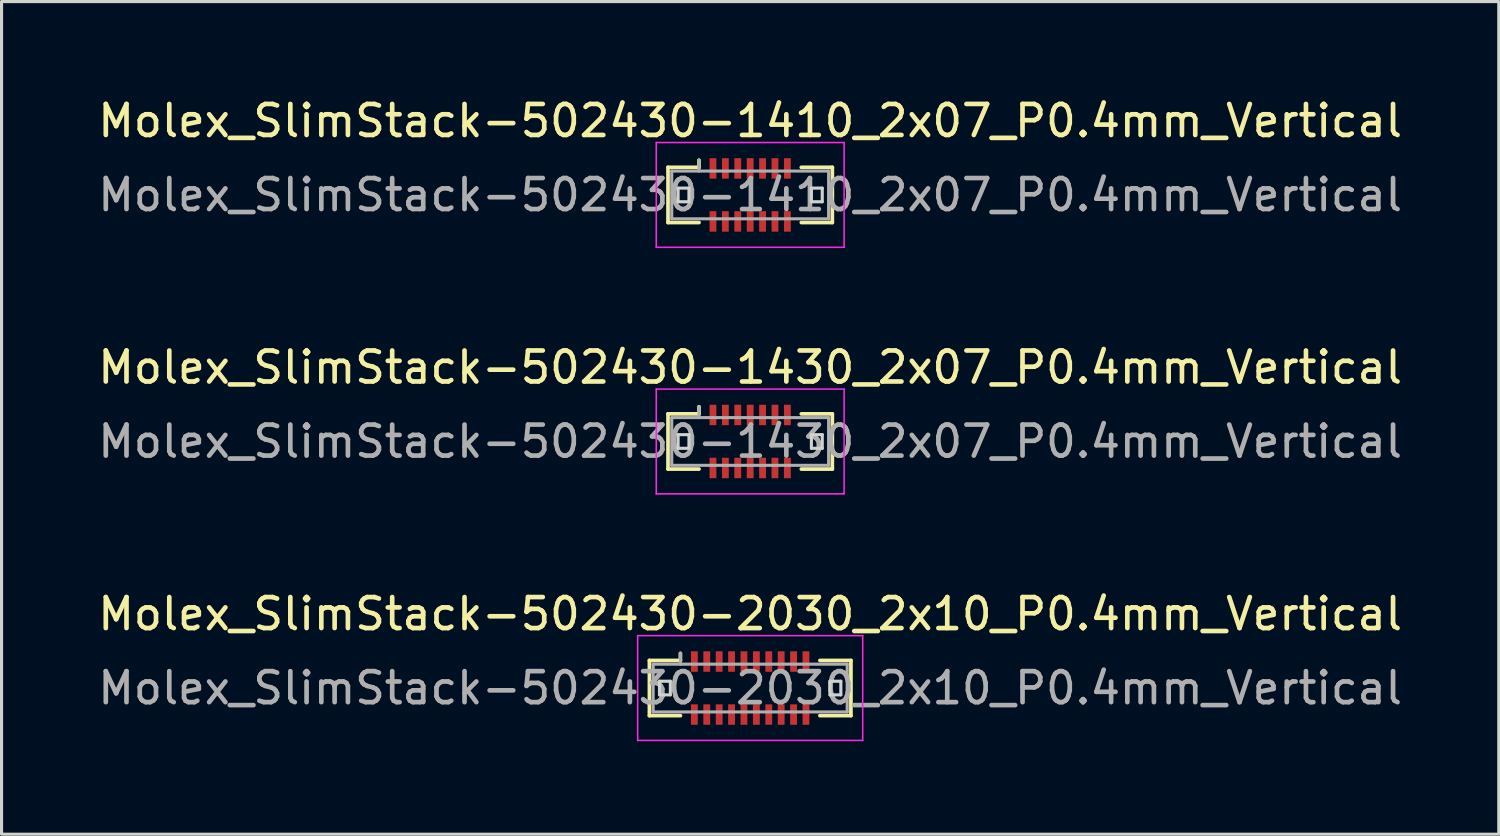
<source format=kicad_pcb>
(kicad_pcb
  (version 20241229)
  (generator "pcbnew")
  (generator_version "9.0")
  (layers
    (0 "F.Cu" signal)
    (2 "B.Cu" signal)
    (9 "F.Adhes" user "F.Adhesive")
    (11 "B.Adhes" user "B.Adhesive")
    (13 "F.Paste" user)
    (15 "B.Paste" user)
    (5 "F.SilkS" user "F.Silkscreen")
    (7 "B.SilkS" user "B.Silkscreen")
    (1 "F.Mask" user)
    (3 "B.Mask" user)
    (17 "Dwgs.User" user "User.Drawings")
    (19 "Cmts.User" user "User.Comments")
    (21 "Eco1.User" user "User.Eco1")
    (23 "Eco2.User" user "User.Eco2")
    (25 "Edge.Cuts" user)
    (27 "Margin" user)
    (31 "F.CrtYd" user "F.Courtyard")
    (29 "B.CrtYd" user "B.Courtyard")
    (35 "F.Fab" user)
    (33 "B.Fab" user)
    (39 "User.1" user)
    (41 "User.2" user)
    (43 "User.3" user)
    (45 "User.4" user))
  (footprint "Molex_SlimStack-502430-2030_2x10_P0.4mm_Vertical"
    (layer "F.Cu")
    (at 21.149 19.145)
    (property "Reference" "Molex_SlimStack-502430-2030_2x10_P0.4mm_Vertical" (at 0 -2.39 0) (layer "F.SilkS") (effects (font (size 1 1) (thickness 0.15))))
    (attr smd)
    (fp_line (start -3.25 -0.89) (end -2.25 -0.89) (stroke (width 0.12) (type solid)) (layer "F.SilkS"))
    (fp_line (start -3.25 0.89) (end -3.25 -0.89) (stroke (width 0.12) (type solid)) (layer "F.SilkS"))
    (fp_line (start -2.25 -0.89) (end -2.25 -1.12) (stroke (width 0.12) (type solid)) (layer "F.SilkS"))
    (fp_line (start -2.25 0.89) (end -3.25 0.89) (stroke (width 0.12) (type solid)) (layer "F.SilkS"))
    (fp_line (start 2.25 0.89) (end 3.25 0.89) (stroke (width 0.12) (type solid)) (layer "F.SilkS"))
    (fp_line (start 3.25 -0.89) (end 2.25 -0.89) (stroke (width 0.12) (type solid)) (layer "F.SilkS"))
    (fp_line (start 3.25 0.89) (end 3.25 -0.89) (stroke (width 0.12) (type solid)) (layer "F.SilkS"))
    (fp_line (start -2.925 -0.22) (end -2.925 0.22) (stroke (width 0.1) (type solid)) (layer "Edge.Cuts"))
    (fp_line (start -2.925 0.22) (end -2.575 0.22) (stroke (width 0.1) (type solid)) (layer "Edge.Cuts"))
    (fp_line (start -2.575 -0.22) (end -2.925 -0.22) (stroke (width 0.1) (type solid)) (layer "Edge.Cuts"))
    (fp_line (start -2.575 0.22) (end -2.575 -0.22) (stroke (width 0.1) (type solid)) (layer "Edge.Cuts"))
    (fp_line (start 2.575 -0.22) (end 2.575 0.22) (stroke (width 0.1) (type solid)) (layer "Edge.Cuts"))
    (fp_line (start 2.575 0.22) (end 2.925 0.22) (stroke (width 0.1) (type solid)) (layer "Edge.Cuts"))
    (fp_line (start 2.925 -0.22) (end 2.575 -0.22) (stroke (width 0.1) (type solid)) (layer "Edge.Cuts"))
    (fp_line (start 2.925 0.22) (end 2.925 -0.22) (stroke (width 0.1) (type solid)) (layer "Edge.Cuts"))
    (fp_line (start -3.63 -1.69) (end -3.63 1.69) (stroke (width 0.05) (type solid)) (layer "F.CrtYd"))
    (fp_line (start -3.63 1.69) (end 3.63 1.69) (stroke (width 0.05) (type solid)) (layer "F.CrtYd"))
    (fp_line (start 3.63 -1.69) (end -3.63 -1.69) (stroke (width 0.05) (type solid)) (layer "F.CrtYd"))
    (fp_line (start 3.63 1.69) (end 3.63 -1.69) (stroke (width 0.05) (type solid)) (layer "F.CrtYd"))
    (fp_line (start -3.13 -0.77) (end -3.13 0.77) (stroke (width 0.1) (type solid)) (layer "F.Fab"))
    (fp_line (start -3.13 0.77) (end 3.13 0.77) (stroke (width 0.1) (type solid)) (layer "F.Fab"))
    (fp_line (start -2.25 -0.77) (end -2.25 -1.12) (stroke (width 0.1) (type solid)) (layer "F.Fab"))
    (fp_line (start 3.13 -0.77) (end -3.13 -0.77) (stroke (width 0.1) (type solid)) (layer "F.Fab"))
    (fp_line (start 3.13 0.77) (end 3.13 -0.77) (stroke (width 0.1) (type solid)) (layer "F.Fab"))
    (fp_text user "${REFERENCE}" (at 0 0 0) (layer "F.Fab") (effects (font (size 1 1) (thickness 0.15))))
    (pad "1" smd rect (at -1.8 -0.855) (size 0.22 0.66) (layers "F.Cu" "F.Mask" "F.Paste"))
    (pad "2" smd rect (at -1.8 0.855) (size 0.22 0.66) (layers "F.Cu" "F.Mask" "F.Paste"))
    (pad "3" smd rect (at -1.4 -0.855) (size 0.22 0.66) (layers "F.Cu" "F.Mask" "F.Paste"))
    (pad "4" smd rect (at -1.4 0.855) (size 0.22 0.66) (layers "F.Cu" "F.Mask" "F.Paste"))
    (pad "5" smd rect (at -1 -0.855) (size 0.22 0.66) (layers "F.Cu" "F.Mask" "F.Paste"))
    (pad "6" smd rect (at -1 0.855) (size 0.22 0.66) (layers "F.Cu" "F.Mask" "F.Paste"))
    (pad "7" smd rect (at -0.6 -0.855) (size 0.22 0.66) (layers "F.Cu" "F.Mask" "F.Paste"))
    (pad "8" smd rect (at -0.6 0.855) (size 0.22 0.66) (layers "F.Cu" "F.Mask" "F.Paste"))
    (pad "9" smd rect (at -0.2 -0.855) (size 0.22 0.66) (layers "F.Cu" "F.Mask" "F.Paste"))
    (pad "10" smd rect (at -0.2 0.855) (size 0.22 0.66) (layers "F.Cu" "F.Mask" "F.Paste"))
    (pad "11" smd rect (at 0.2 -0.855) (size 0.22 0.66) (layers "F.Cu" "F.Mask" "F.Paste"))
    (pad "12" smd rect (at 0.2 0.855) (size 0.22 0.66) (layers "F.Cu" "F.Mask" "F.Paste"))
    (pad "13" smd rect (at 0.6 -0.855) (size 0.22 0.66) (layers "F.Cu" "F.Mask" "F.Paste"))
    (pad "14" smd rect (at 0.6 0.855) (size 0.22 0.66) (layers "F.Cu" "F.Mask" "F.Paste"))
    (pad "15" smd rect (at 1 -0.855) (size 0.22 0.66) (layers "F.Cu" "F.Mask" "F.Paste"))
    (pad "16" smd rect (at 1 0.855) (size 0.22 0.66) (layers "F.Cu" "F.Mask" "F.Paste"))
    (pad "17" smd rect (at 1.4 -0.855) (size 0.22 0.66) (layers "F.Cu" "F.Mask" "F.Paste"))
    (pad "18" smd rect (at 1.4 0.855) (size 0.22 0.66) (layers "F.Cu" "F.Mask" "F.Paste"))
    (pad "19" smd rect (at 1.8 -0.855) (size 0.22 0.66) (layers "F.Cu" "F.Mask" "F.Paste"))
    (pad "20" smd rect (at 1.8 0.855) (size 0.22 0.66) (layers "F.Cu" "F.Mask" "F.Paste")))
  (footprint "Molex_SlimStack-502430-1430_2x07_P0.4mm_Vertical"
    (layer "F.Cu")
    (at 21.149 11.191)
    (property "Reference" "Molex_SlimStack-502430-1430_2x07_P0.4mm_Vertical" (at 0 -2.39 0) (layer "F.SilkS") (effects (font (size 1 1) (thickness 0.15))))
    (attr smd)
    (fp_line (start -2.65 -0.89) (end -1.65 -0.89) (stroke (width 0.12) (type solid)) (layer "F.SilkS"))
    (fp_line (start -2.65 0.89) (end -2.65 -0.89) (stroke (width 0.12) (type solid)) (layer "F.SilkS"))
    (fp_line (start -1.65 -0.89) (end -1.65 -1.12) (stroke (width 0.12) (type solid)) (layer "F.SilkS"))
    (fp_line (start -1.65 0.89) (end -2.65 0.89) (stroke (width 0.12) (type solid)) (layer "F.SilkS"))
    (fp_line (start 1.65 0.89) (end 2.65 0.89) (stroke (width 0.12) (type solid)) (layer "F.SilkS"))
    (fp_line (start 2.65 -0.89) (end 1.65 -0.89) (stroke (width 0.12) (type solid)) (layer "F.SilkS"))
    (fp_line (start 2.65 0.89) (end 2.65 -0.89) (stroke (width 0.12) (type solid)) (layer "F.SilkS"))
    (fp_line (start -2.325 -0.22) (end -2.325 0.22) (stroke (width 0.1) (type solid)) (layer "Edge.Cuts"))
    (fp_line (start -2.325 0.22) (end -1.975 0.22) (stroke (width 0.1) (type solid)) (layer "Edge.Cuts"))
    (fp_line (start -1.975 -0.22) (end -2.325 -0.22) (stroke (width 0.1) (type solid)) (layer "Edge.Cuts"))
    (fp_line (start -1.975 0.22) (end -1.975 -0.22) (stroke (width 0.1) (type solid)) (layer "Edge.Cuts"))
    (fp_line (start 1.975 -0.22) (end 1.975 0.22) (stroke (width 0.1) (type solid)) (layer "Edge.Cuts"))
    (fp_line (start 1.975 0.22) (end 2.325 0.22) (stroke (width 0.1) (type solid)) (layer "Edge.Cuts"))
    (fp_line (start 2.325 -0.22) (end 1.975 -0.22) (stroke (width 0.1) (type solid)) (layer "Edge.Cuts"))
    (fp_line (start 2.325 0.22) (end 2.325 -0.22) (stroke (width 0.1) (type solid)) (layer "Edge.Cuts"))
    (fp_line (start -3.03 -1.69) (end -3.03 1.69) (stroke (width 0.05) (type solid)) (layer "F.CrtYd"))
    (fp_line (start -3.03 1.69) (end 3.03 1.69) (stroke (width 0.05) (type solid)) (layer "F.CrtYd"))
    (fp_line (start 3.03 -1.69) (end -3.03 -1.69) (stroke (width 0.05) (type solid)) (layer "F.CrtYd"))
    (fp_line (start 3.03 1.69) (end 3.03 -1.69) (stroke (width 0.05) (type solid)) (layer "F.CrtYd"))
    (fp_line (start -2.53 -0.77) (end -2.53 0.77) (stroke (width 0.1) (type solid)) (layer "F.Fab"))
    (fp_line (start -2.53 0.77) (end 2.53 0.77) (stroke (width 0.1) (type solid)) (layer "F.Fab"))
    (fp_line (start -1.65 -0.77) (end -1.65 -1.12) (stroke (width 0.1) (type solid)) (layer "F.Fab"))
    (fp_line (start 2.53 -0.77) (end -2.53 -0.77) (stroke (width 0.1) (type solid)) (layer "F.Fab"))
    (fp_line (start 2.53 0.77) (end 2.53 -0.77) (stroke (width 0.1) (type solid)) (layer "F.Fab"))
    (fp_text user "${REFERENCE}" (at 0 0 0) (layer "F.Fab") (effects (font (size 1 1) (thickness 0.15))))
    (pad "1" smd rect (at -1.2 -0.855) (size 0.22 0.66) (layers "F.Cu" "F.Mask" "F.Paste"))
    (pad "2" smd rect (at -1.2 0.855) (size 0.22 0.66) (layers "F.Cu" "F.Mask" "F.Paste"))
    (pad "3" smd rect (at -0.8 -0.855) (size 0.22 0.66) (layers "F.Cu" "F.Mask" "F.Paste"))
    (pad "4" smd rect (at -0.8 0.855) (size 0.22 0.66) (layers "F.Cu" "F.Mask" "F.Paste"))
    (pad "5" smd rect (at -0.4 -0.855) (size 0.22 0.66) (layers "F.Cu" "F.Mask" "F.Paste"))
    (pad "6" smd rect (at -0.4 0.855) (size 0.22 0.66) (layers "F.Cu" "F.Mask" "F.Paste"))
    (pad "7" smd rect (at 0 -0.855) (size 0.22 0.66) (layers "F.Cu" "F.Mask" "F.Paste"))
    (pad "8" smd rect (at 0 0.855) (size 0.22 0.66) (layers "F.Cu" "F.Mask" "F.Paste"))
    (pad "9" smd rect (at 0.4 -0.855) (size 0.22 0.66) (layers "F.Cu" "F.Mask" "F.Paste"))
    (pad "10" smd rect (at 0.4 0.855) (size 0.22 0.66) (layers "F.Cu" "F.Mask" "F.Paste"))
    (pad "11" smd rect (at 0.8 -0.855) (size 0.22 0.66) (layers "F.Cu" "F.Mask" "F.Paste"))
    (pad "12" smd rect (at 0.8 0.855) (size 0.22 0.66) (layers "F.Cu" "F.Mask" "F.Paste"))
    (pad "13" smd rect (at 1.2 -0.855) (size 0.22 0.66) (layers "F.Cu" "F.Mask" "F.Paste"))
    (pad "14" smd rect (at 1.2 0.855) (size 0.22 0.66) (layers "F.Cu" "F.Mask" "F.Paste")))
  (footprint "Molex_SlimStack-502430-1410_2x07_P0.4mm_Vertical"
    (layer "F.Cu")
    (at 21.149 3.238)
    (property "Reference" "Molex_SlimStack-502430-1410_2x07_P0.4mm_Vertical" (at 0 -2.39 0) (layer "F.SilkS") (effects (font (size 1 1) (thickness 0.15))))
    (attr smd)
    (fp_line (start -2.65 -0.89) (end -1.65 -0.89) (stroke (width 0.12) (type solid)) (layer "F.SilkS"))
    (fp_line (start -2.65 0.89) (end -2.65 -0.89) (stroke (width 0.12) (type solid)) (layer "F.SilkS"))
    (fp_line (start -1.65 -0.89) (end -1.65 -1.12) (stroke (width 0.12) (type solid)) (layer "F.SilkS"))
    (fp_line (start -1.65 0.89) (end -2.65 0.89) (stroke (width 0.12) (type solid)) (layer "F.SilkS"))
    (fp_line (start 1.65 0.89) (end 2.65 0.89) (stroke (width 0.12) (type solid)) (layer "F.SilkS"))
    (fp_line (start 2.65 -0.89) (end 1.65 -0.89) (stroke (width 0.12) (type solid)) (layer "F.SilkS"))
    (fp_line (start 2.65 0.89) (end 2.65 -0.89) (stroke (width 0.12) (type solid)) (layer "F.SilkS"))
    (fp_line (start -2.325 -0.22) (end -2.325 0.22) (stroke (width 0.1) (type solid)) (layer "Edge.Cuts"))
    (fp_line (start -2.325 0.22) (end -1.975 0.22) (stroke (width 0.1) (type solid)) (layer "Edge.Cuts"))
    (fp_line (start -1.975 -0.22) (end -2.325 -0.22) (stroke (width 0.1) (type solid)) (layer "Edge.Cuts"))
    (fp_line (start -1.975 0.22) (end -1.975 -0.22) (stroke (width 0.1) (type solid)) (layer "Edge.Cuts"))
    (fp_line (start 1.975 -0.22) (end 1.975 0.22) (stroke (width 0.1) (type solid)) (layer "Edge.Cuts"))
    (fp_line (start 1.975 0.22) (end 2.325 0.22) (stroke (width 0.1) (type solid)) (layer "Edge.Cuts"))
    (fp_line (start 2.325 -0.22) (end 1.975 -0.22) (stroke (width 0.1) (type solid)) (layer "Edge.Cuts"))
    (fp_line (start 2.325 0.22) (end 2.325 -0.22) (stroke (width 0.1) (type solid)) (layer "Edge.Cuts"))
    (fp_line (start -3.03 -1.69) (end -3.03 1.69) (stroke (width 0.05) (type solid)) (layer "F.CrtYd"))
    (fp_line (start -3.03 1.69) (end 3.03 1.69) (stroke (width 0.05) (type solid)) (layer "F.CrtYd"))
    (fp_line (start 3.03 -1.69) (end -3.03 -1.69) (stroke (width 0.05) (type solid)) (layer "F.CrtYd"))
    (fp_line (start 3.03 1.69) (end 3.03 -1.69) (stroke (width 0.05) (type solid)) (layer "F.CrtYd"))
    (fp_line (start -2.53 -0.77) (end -2.53 0.77) (stroke (width 0.1) (type solid)) (layer "F.Fab"))
    (fp_line (start -2.53 0.77) (end 2.53 0.77) (stroke (width 0.1) (type solid)) (layer "F.Fab"))
    (fp_line (start -1.65 -0.77) (end -1.65 -1.12) (stroke (width 0.1) (type solid)) (layer "F.Fab"))
    (fp_line (start 2.53 -0.77) (end -2.53 -0.77) (stroke (width 0.1) (type solid)) (layer "F.Fab"))
    (fp_line (start 2.53 0.77) (end 2.53 -0.77) (stroke (width 0.1) (type solid)) (layer "F.Fab"))
    (fp_text user "${REFERENCE}" (at 0 0 0) (layer "F.Fab") (effects (font (size 1 1) (thickness 0.15))))
    (pad "1" smd rect (at -1.2 -0.855) (size 0.22 0.66) (layers "F.Cu" "F.Mask" "F.Paste"))
    (pad "2" smd rect (at -1.2 0.855) (size 0.22 0.66) (layers "F.Cu" "F.Mask" "F.Paste"))
    (pad "3" smd rect (at -0.8 -0.855) (size 0.22 0.66) (layers "F.Cu" "F.Mask" "F.Paste"))
    (pad "4" smd rect (at -0.8 0.855) (size 0.22 0.66) (layers "F.Cu" "F.Mask" "F.Paste"))
    (pad "5" smd rect (at -0.4 -0.855) (size 0.22 0.66) (layers "F.Cu" "F.Mask" "F.Paste"))
    (pad "6" smd rect (at -0.4 0.855) (size 0.22 0.66) (layers "F.Cu" "F.Mask" "F.Paste"))
    (pad "7" smd rect (at 0 -0.855) (size 0.22 0.66) (layers "F.Cu" "F.Mask" "F.Paste"))
    (pad "8" smd rect (at 0 0.855) (size 0.22 0.66) (layers "F.Cu" "F.Mask" "F.Paste"))
    (pad "9" smd rect (at 0.4 -0.855) (size 0.22 0.66) (layers "F.Cu" "F.Mask" "F.Paste"))
    (pad "10" smd rect (at 0.4 0.855) (size 0.22 0.66) (layers "F.Cu" "F.Mask" "F.Paste"))
    (pad "11" smd rect (at 0.8 -0.855) (size 0.22 0.66) (layers "F.Cu" "F.Mask" "F.Paste"))
    (pad "12" smd rect (at 0.8 0.855) (size 0.22 0.66) (layers "F.Cu" "F.Mask" "F.Paste"))
    (pad "13" smd rect (at 1.2 -0.855) (size 0.22 0.66) (layers "F.Cu" "F.Mask" "F.Paste"))
    (pad "14" smd rect (at 1.2 0.855) (size 0.22 0.66) (layers "F.Cu" "F.Mask" "F.Paste")))
  (gr_rect
    (start -3 -3)
    (end 45.298 23.86)
    (stroke (width 0.1) (type default))
    (fill no)
    (layer "Edge.Cuts")))
</source>
